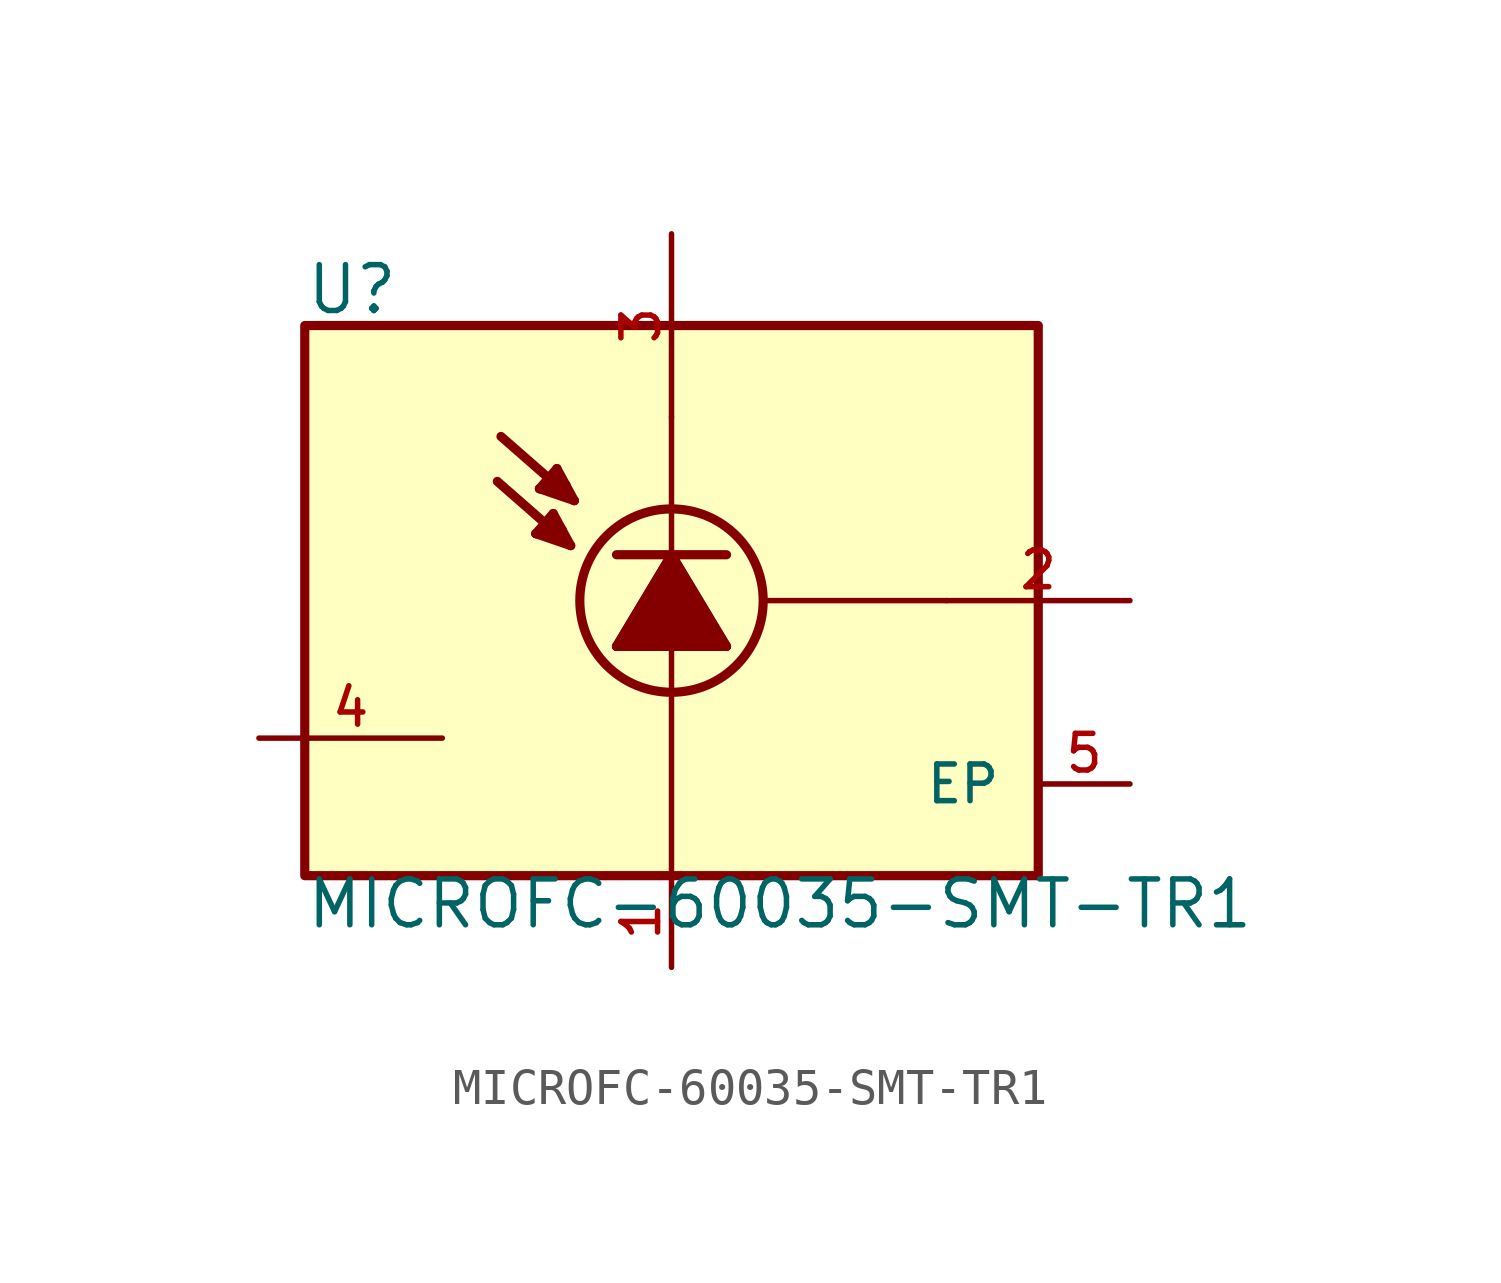
<source format=kicad_sym>
(kicad_symbol_lib
  (version 20231120)
  (generator "kicad_symbol_editor")
  (generator_version "8.0")
  (symbol "MICROFC-60035-SMT-TR1"
    (pin_names
      (offset 1.016))
    (property "Reference" "U"
      (at -10.16 7.874 0)
      (effects (font (size 1.27 1.27)) (justify left bottom)))
    (property "Value" "MICROFC-60035-SMT-TR1"
      (at -10.16 -9.144 0)
      (effects (font (size 1.27 1.27)) (justify left bottom)))
    (symbol "MICROFC-60035-SMT-TR1_0_0"
      (rectangle (start -10.16 7.62) (end 10.16 -7.62) (stroke (width 0.254) (type default)) (fill (type background)))
      (polyline (pts (xy -3.759 1.854) (xy -3.277 2.413)) (stroke (width 0.254) (type default)) (fill (type none)))
      (polyline (pts (xy -3.759 1.854) (xy -3.023 1.829)) (stroke (width 0.254) (type default)) (fill (type none)))
      (polyline (pts (xy -3.658 3.099) (xy -3.175 3.658)) (stroke (width 0.254) (type default)) (fill (type none)))
      (polyline (pts (xy -3.658 3.099) (xy -2.921 3.073)) (stroke (width 0.254) (type default)) (fill (type none)))
      (polyline (pts (xy -3.353 2.235) (xy -3.2 2.007)) (stroke (width 0.254) (type default)) (fill (type none)))
      (polyline (pts (xy -3.277 2.413) (xy -2.794 1.524)) (stroke (width 0.254) (type default)) (fill (type none)))
      (polyline (pts (xy -3.251 3.48) (xy -3.099 3.251)) (stroke (width 0.254) (type default)) (fill (type none)))
      (polyline (pts (xy -3.175 3.658) (xy -2.692 2.769)) (stroke (width 0.254) (type default)) (fill (type none)))
      (polyline (pts (xy -3.023 1.829) (xy -3.023 1.956)) (stroke (width 0.254) (type default)) (fill (type none)))
      (polyline (pts (xy -2.921 3.073) (xy -2.921 3.2)) (stroke (width 0.254) (type default)) (fill (type none)))
      (polyline (pts (xy -2.794 1.524) (xy -4.826 3.302)) (stroke (width 0.254) (type default)) (fill (type none)))
      (polyline (pts (xy -2.794 1.524) (xy -3.759 1.854)) (stroke (width 0.254) (type default)) (fill (type none)))
      (polyline (pts (xy -2.692 2.769) (xy -4.724 4.547)) (stroke (width 0.254) (type default)) (fill (type none)))
      (polyline (pts (xy -2.692 2.769) (xy -3.658 3.099)) (stroke (width 0.254) (type default)) (fill (type none)))
      (polyline (pts (xy -1.524 -1.27) (xy 0 -1.27)) (stroke (width 0.254) (type default)) (fill (type none)))
      (polyline (pts (xy -1.524 1.27) (xy 0 1.27)) (stroke (width 0.254) (type default)) (fill (type none)))
      (polyline (pts (xy 0 -1.27) (xy 0 -7.62)) (stroke (width 0.152) (type default)) (fill (type none)))
      (polyline (pts (xy 0 -1.27) (xy 1.524 -1.27)) (stroke (width 0.254) (type default)) (fill (type none)))
      (polyline (pts (xy 0 1.27) (xy -1.524 -1.27)) (stroke (width 0.254) (type default)) (fill (type none)))
      (polyline (pts (xy 0 1.27) (xy 1.524 1.27)) (stroke (width 0.254) (type default)) (fill (type none)))
      (polyline (pts (xy 0 5.08) (xy 0 1.27)) (stroke (width 0.152) (type default)) (fill (type none)))
      (polyline (pts (xy 1.524 -1.27) (xy 0 1.27)) (stroke (width 0.254) (type default)) (fill (type none)))
      (polyline (pts (xy 2.54 0) (xy 7.62 0)) (stroke (width 0.152) (type default)) (fill (type none)))
      (polyline (pts (xy 0 1.27) (xy -1.524 -1.27) (xy 1.524 -1.27) (xy 0 1.27)) (stroke (width 0.254) (type default)) (fill (type outline)))
      (circle (center 0 0) (radius 2.54) (stroke (width 0.254) (type default)) (fill (type none)))
      (pin passive line (at 0 -10.16 90) (length 2.54) (name "~" (effects (font (size 1.016 1.016)))) (number "1" (effects (font (size 1.016 1.016)))))
      (pin passive line (at 12.7 0 180) (length 5.08) (name "~" (effects (font (size 1.016 1.016)))) (number "2" (effects (font (size 1.016 1.016)))))
      (pin passive line (at 0 10.16 270) (length 5.08) (name "~" (effects (font (size 1.016 1.016)))) (number "3" (effects (font (size 1.016 1.016)))))
      (pin power_in line (at 12.7 -5.08 180) (length 2.54) (name "EP" (effects (font (size 1.016 1.016)))) (number "5" (effects (font (size 1.016 1.016))))))
    (symbol "MICROFC-60035-SMT-TR1_1_0"
      (pin passive line (at -11.43 -3.81 0) (length 5.08) (name "~" (effects (font (size 1.016 1.016)))) (number "4" (effects (font (size 1.016 1.016))))))))
</source>
